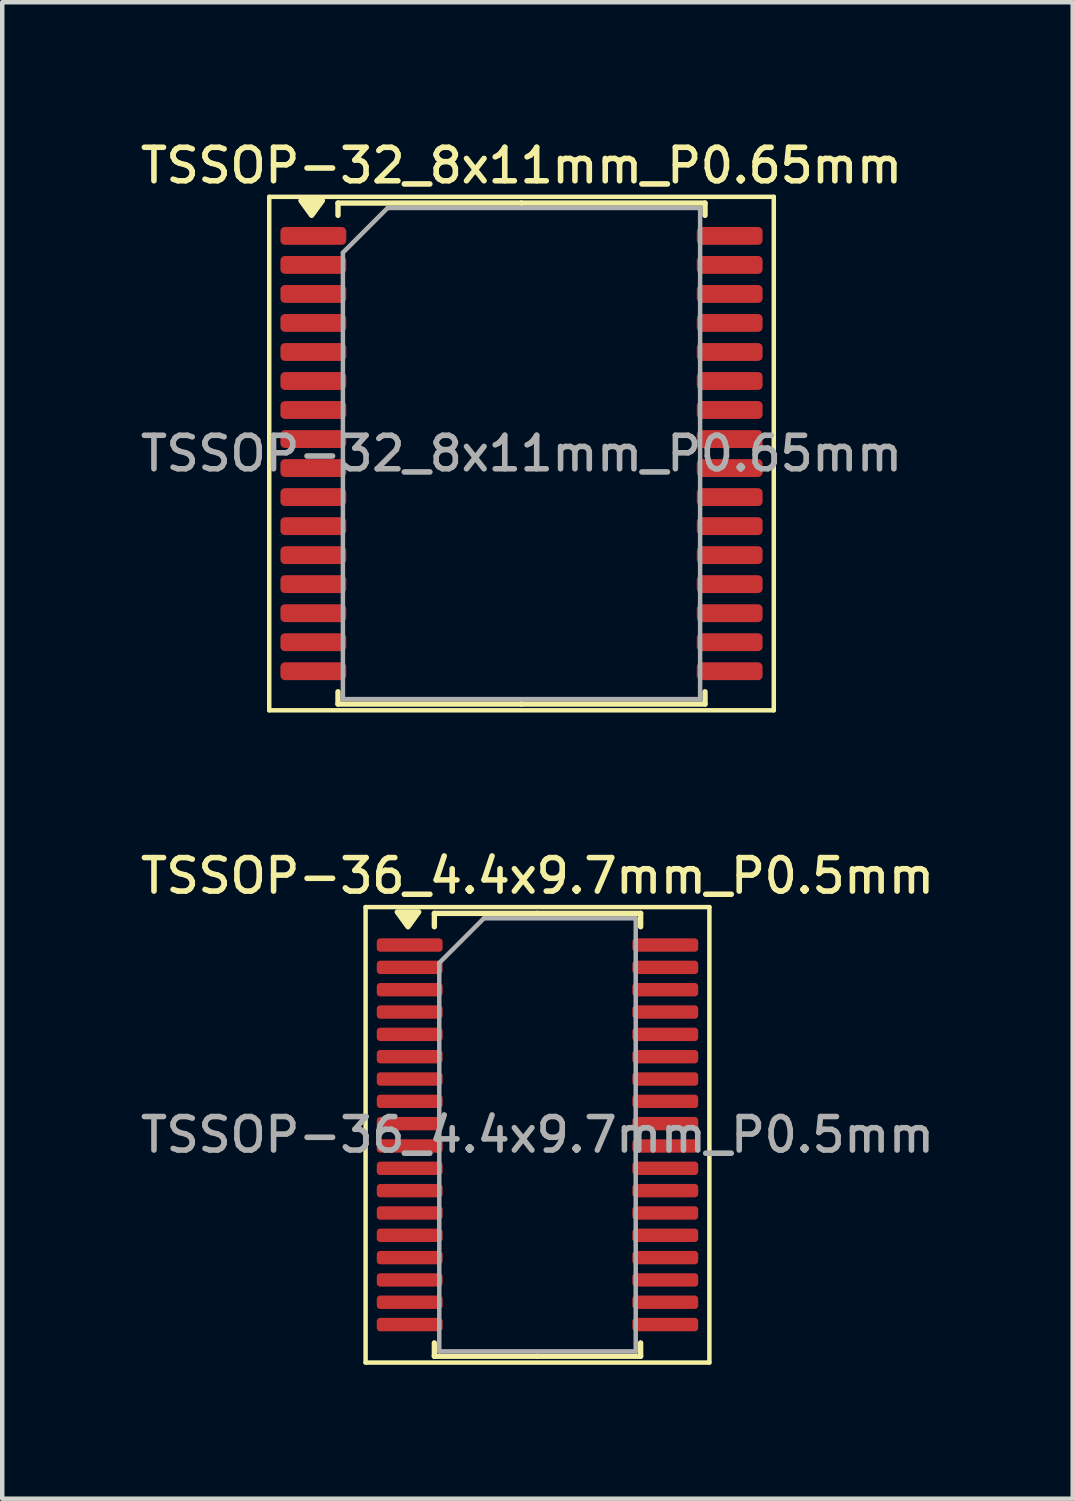
<source format=kicad_pcb>
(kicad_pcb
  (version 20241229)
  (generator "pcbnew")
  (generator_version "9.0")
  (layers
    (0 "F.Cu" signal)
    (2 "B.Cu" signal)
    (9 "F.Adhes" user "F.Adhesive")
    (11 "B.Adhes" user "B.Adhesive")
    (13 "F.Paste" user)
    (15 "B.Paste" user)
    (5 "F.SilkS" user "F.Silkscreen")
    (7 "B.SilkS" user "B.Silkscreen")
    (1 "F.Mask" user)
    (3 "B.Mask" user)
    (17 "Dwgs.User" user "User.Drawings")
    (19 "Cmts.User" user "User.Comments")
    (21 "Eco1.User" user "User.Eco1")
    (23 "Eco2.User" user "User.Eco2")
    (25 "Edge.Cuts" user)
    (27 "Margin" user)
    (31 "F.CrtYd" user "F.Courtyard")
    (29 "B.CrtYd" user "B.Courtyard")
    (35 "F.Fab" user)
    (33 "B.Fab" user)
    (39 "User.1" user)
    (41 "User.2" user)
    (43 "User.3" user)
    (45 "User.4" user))
  (footprint "TSSOP-32_8x11mm_P0.65mm"
    (layer "F.Cu")
    (at 8.63 7.108)
    (property "Reference" "TSSOP-32_8x11mm_P0.65mm" (at 0 -6.45 0) (layer "F.SilkS") (effects (font (size 0.75 0.75) (thickness 0.125))))
    (attr smd)
    (fp_line (start -5.65 -5.75) (end -5.65 5.75) (stroke (width 0.1) (type solid)) (layer "F.SilkS"))
    (fp_line (start -5.65 5.75) (end 5.65 5.75) (stroke (width 0.1) (type solid)) (layer "F.SilkS"))
    (fp_line (start -4.11 -5.61) (end -4.11 -5.335) (stroke (width 0.12) (type solid)) (layer "F.SilkS"))
    (fp_line (start -4.11 5.61) (end -4.11 5.335) (stroke (width 0.12) (type solid)) (layer "F.SilkS"))
    (fp_line (start 0 -5.61) (end -4.11 -5.61) (stroke (width 0.12) (type solid)) (layer "F.SilkS"))
    (fp_line (start 0 -5.61) (end 4.11 -5.61) (stroke (width 0.12) (type solid)) (layer "F.SilkS"))
    (fp_line (start 0 5.61) (end -4.11 5.61) (stroke (width 0.12) (type solid)) (layer "F.SilkS"))
    (fp_line (start 0 5.61) (end 4.11 5.61) (stroke (width 0.12) (type solid)) (layer "F.SilkS"))
    (fp_line (start 4.11 -5.61) (end 4.11 -5.335) (stroke (width 0.12) (type solid)) (layer "F.SilkS"))
    (fp_line (start 4.11 5.61) (end 4.11 5.335) (stroke (width 0.12) (type solid)) (layer "F.SilkS"))
    (fp_line (start 5.65 -5.75) (end -5.65 -5.75) (stroke (width 0.1) (type solid)) (layer "F.SilkS"))
    (fp_line (start 5.65 5.75) (end 5.65 -5.75) (stroke (width 0.1) (type solid)) (layer "F.SilkS"))
    (fp_poly (pts (xy -4.7 -5.335) (xy -4.94 -5.665) (xy -4.46 -5.665) (xy -4.7 -5.335)) (stroke (width 0.12) (type solid)) (fill yes) (layer "F.SilkS"))
    (fp_line (start -4 -4.5) (end -3 -5.5) (stroke (width 0.1) (type solid)) (layer "F.Fab"))
    (fp_line (start -4 5.5) (end -4 -4.5) (stroke (width 0.1) (type solid)) (layer "F.Fab"))
    (fp_line (start -3 -5.5) (end 4 -5.5) (stroke (width 0.1) (type solid)) (layer "F.Fab"))
    (fp_line (start 4 -5.5) (end 4 5.5) (stroke (width 0.1) (type solid)) (layer "F.Fab"))
    (fp_line (start 4 5.5) (end -4 5.5) (stroke (width 0.1) (type solid)) (layer "F.Fab"))
    (fp_text user "${REFERENCE}" (at 0 0 0) (layer "F.Fab") (effects (font (size 0.75 0.75) (thickness 0.125))))
    (pad "1" smd roundrect (at -4.662 -4.875) (size 1.475 0.4) (layers "F.Cu" "F.Mask" "F.Paste") (roundrect_rratio 0.25))
    (pad "2" smd roundrect (at -4.662 -4.225) (size 1.475 0.4) (layers "F.Cu" "F.Mask" "F.Paste") (roundrect_rratio 0.25))
    (pad "3" smd roundrect (at -4.662 -3.575) (size 1.475 0.4) (layers "F.Cu" "F.Mask" "F.Paste") (roundrect_rratio 0.25))
    (pad "4" smd roundrect (at -4.662 -2.925) (size 1.475 0.4) (layers "F.Cu" "F.Mask" "F.Paste") (roundrect_rratio 0.25))
    (pad "5" smd roundrect (at -4.662 -2.275) (size 1.475 0.4) (layers "F.Cu" "F.Mask" "F.Paste") (roundrect_rratio 0.25))
    (pad "6" smd roundrect (at -4.662 -1.625) (size 1.475 0.4) (layers "F.Cu" "F.Mask" "F.Paste") (roundrect_rratio 0.25))
    (pad "7" smd roundrect (at -4.662 -0.975) (size 1.475 0.4) (layers "F.Cu" "F.Mask" "F.Paste") (roundrect_rratio 0.25))
    (pad "8" smd roundrect (at -4.662 -0.325) (size 1.475 0.4) (layers "F.Cu" "F.Mask" "F.Paste") (roundrect_rratio 0.25))
    (pad "9" smd roundrect (at -4.662 0.325) (size 1.475 0.4) (layers "F.Cu" "F.Mask" "F.Paste") (roundrect_rratio 0.25))
    (pad "10" smd roundrect (at -4.662 0.975) (size 1.475 0.4) (layers "F.Cu" "F.Mask" "F.Paste") (roundrect_rratio 0.25))
    (pad "11" smd roundrect (at -4.662 1.625) (size 1.475 0.4) (layers "F.Cu" "F.Mask" "F.Paste") (roundrect_rratio 0.25))
    (pad "12" smd roundrect (at -4.662 2.275) (size 1.475 0.4) (layers "F.Cu" "F.Mask" "F.Paste") (roundrect_rratio 0.25))
    (pad "13" smd roundrect (at -4.662 2.925) (size 1.475 0.4) (layers "F.Cu" "F.Mask" "F.Paste") (roundrect_rratio 0.25))
    (pad "14" smd roundrect (at -4.662 3.575) (size 1.475 0.4) (layers "F.Cu" "F.Mask" "F.Paste") (roundrect_rratio 0.25))
    (pad "15" smd roundrect (at -4.662 4.225) (size 1.475 0.4) (layers "F.Cu" "F.Mask" "F.Paste") (roundrect_rratio 0.25))
    (pad "16" smd roundrect (at -4.662 4.875) (size 1.475 0.4) (layers "F.Cu" "F.Mask" "F.Paste") (roundrect_rratio 0.25))
    (pad "17" smd roundrect (at 4.662 4.875) (size 1.475 0.4) (layers "F.Cu" "F.Mask" "F.Paste") (roundrect_rratio 0.25))
    (pad "18" smd roundrect (at 4.662 4.225) (size 1.475 0.4) (layers "F.Cu" "F.Mask" "F.Paste") (roundrect_rratio 0.25))
    (pad "19" smd roundrect (at 4.662 3.575) (size 1.475 0.4) (layers "F.Cu" "F.Mask" "F.Paste") (roundrect_rratio 0.25))
    (pad "20" smd roundrect (at 4.662 2.925) (size 1.475 0.4) (layers "F.Cu" "F.Mask" "F.Paste") (roundrect_rratio 0.25))
    (pad "21" smd roundrect (at 4.662 2.275) (size 1.475 0.4) (layers "F.Cu" "F.Mask" "F.Paste") (roundrect_rratio 0.25))
    (pad "22" smd roundrect (at 4.662 1.625) (size 1.475 0.4) (layers "F.Cu" "F.Mask" "F.Paste") (roundrect_rratio 0.25))
    (pad "23" smd roundrect (at 4.662 0.975) (size 1.475 0.4) (layers "F.Cu" "F.Mask" "F.Paste") (roundrect_rratio 0.25))
    (pad "24" smd roundrect (at 4.662 0.325) (size 1.475 0.4) (layers "F.Cu" "F.Mask" "F.Paste") (roundrect_rratio 0.25))
    (pad "25" smd roundrect (at 4.662 -0.325) (size 1.475 0.4) (layers "F.Cu" "F.Mask" "F.Paste") (roundrect_rratio 0.25))
    (pad "26" smd roundrect (at 4.662 -0.975) (size 1.475 0.4) (layers "F.Cu" "F.Mask" "F.Paste") (roundrect_rratio 0.25))
    (pad "27" smd roundrect (at 4.662 -1.625) (size 1.475 0.4) (layers "F.Cu" "F.Mask" "F.Paste") (roundrect_rratio 0.25))
    (pad "28" smd roundrect (at 4.662 -2.275) (size 1.475 0.4) (layers "F.Cu" "F.Mask" "F.Paste") (roundrect_rratio 0.25))
    (pad "29" smd roundrect (at 4.662 -2.925) (size 1.475 0.4) (layers "F.Cu" "F.Mask" "F.Paste") (roundrect_rratio 0.25))
    (pad "30" smd roundrect (at 4.662 -3.575) (size 1.475 0.4) (layers "F.Cu" "F.Mask" "F.Paste") (roundrect_rratio 0.25))
    (pad "31" smd roundrect (at 4.662 -4.225) (size 1.475 0.4) (layers "F.Cu" "F.Mask" "F.Paste") (roundrect_rratio 0.25))
    (pad "32" smd roundrect (at 4.662 -4.875) (size 1.475 0.4) (layers "F.Cu" "F.Mask" "F.Paste") (roundrect_rratio 0.25)))
  (footprint "TSSOP-36_4.4x9.7mm_P0.5mm"
    (layer "F.Cu")
    (at 8.988 22.366)
    (property "Reference" "TSSOP-36_4.4x9.7mm_P0.5mm" (at 0 -5.8 0) (layer "F.SilkS") (effects (font (size 0.75 0.75) (thickness 0.125))))
    (attr smd)
    (fp_line (start -3.85 -5.1) (end -3.85 5.1) (stroke (width 0.1) (type solid)) (layer "F.SilkS"))
    (fp_line (start -3.85 5.1) (end 3.85 5.1) (stroke (width 0.1) (type solid)) (layer "F.SilkS"))
    (fp_line (start -2.31 -4.96) (end -2.31 -4.66) (stroke (width 0.12) (type solid)) (layer "F.SilkS"))
    (fp_line (start -2.31 4.96) (end -2.31 4.66) (stroke (width 0.12) (type solid)) (layer "F.SilkS"))
    (fp_line (start 0 -4.96) (end -2.31 -4.96) (stroke (width 0.12) (type solid)) (layer "F.SilkS"))
    (fp_line (start 0 -4.96) (end 2.31 -4.96) (stroke (width 0.12) (type solid)) (layer "F.SilkS"))
    (fp_line (start 0 4.96) (end -2.31 4.96) (stroke (width 0.12) (type solid)) (layer "F.SilkS"))
    (fp_line (start 0 4.96) (end 2.31 4.96) (stroke (width 0.12) (type solid)) (layer "F.SilkS"))
    (fp_line (start 2.31 -4.96) (end 2.31 -4.66) (stroke (width 0.12) (type solid)) (layer "F.SilkS"))
    (fp_line (start 2.31 4.96) (end 2.31 4.66) (stroke (width 0.12) (type solid)) (layer "F.SilkS"))
    (fp_line (start 3.85 -5.1) (end -3.85 -5.1) (stroke (width 0.1) (type solid)) (layer "F.SilkS"))
    (fp_line (start 3.85 5.1) (end 3.85 -5.1) (stroke (width 0.1) (type solid)) (layer "F.SilkS"))
    (fp_poly (pts (xy -2.9 -4.66) (xy -3.14 -4.99) (xy -2.66 -4.99) (xy -2.9 -4.66)) (stroke (width 0.12) (type solid)) (fill yes) (layer "F.SilkS"))
    (fp_line (start -2.2 -3.85) (end -1.2 -4.85) (stroke (width 0.1) (type solid)) (layer "F.Fab"))
    (fp_line (start -2.2 4.85) (end -2.2 -3.85) (stroke (width 0.1) (type solid)) (layer "F.Fab"))
    (fp_line (start -1.2 -4.85) (end 2.2 -4.85) (stroke (width 0.1) (type solid)) (layer "F.Fab"))
    (fp_line (start 2.2 -4.85) (end 2.2 4.85) (stroke (width 0.1) (type solid)) (layer "F.Fab"))
    (fp_line (start 2.2 4.85) (end -2.2 4.85) (stroke (width 0.1) (type solid)) (layer "F.Fab"))
    (fp_text user "${REFERENCE}" (at 0 0 0) (layer "F.Fab") (effects (font (size 0.75 0.75) (thickness 0.125))))
    (pad "1" smd roundrect (at -2.862 -4.25) (size 1.475 0.3) (layers "F.Cu" "F.Mask" "F.Paste") (roundrect_rratio 0.25))
    (pad "2" smd roundrect (at -2.862 -3.75) (size 1.475 0.3) (layers "F.Cu" "F.Mask" "F.Paste") (roundrect_rratio 0.25))
    (pad "3" smd roundrect (at -2.862 -3.25) (size 1.475 0.3) (layers "F.Cu" "F.Mask" "F.Paste") (roundrect_rratio 0.25))
    (pad "4" smd roundrect (at -2.862 -2.75) (size 1.475 0.3) (layers "F.Cu" "F.Mask" "F.Paste") (roundrect_rratio 0.25))
    (pad "5" smd roundrect (at -2.862 -2.25) (size 1.475 0.3) (layers "F.Cu" "F.Mask" "F.Paste") (roundrect_rratio 0.25))
    (pad "6" smd roundrect (at -2.862 -1.75) (size 1.475 0.3) (layers "F.Cu" "F.Mask" "F.Paste") (roundrect_rratio 0.25))
    (pad "7" smd roundrect (at -2.862 -1.25) (size 1.475 0.3) (layers "F.Cu" "F.Mask" "F.Paste") (roundrect_rratio 0.25))
    (pad "8" smd roundrect (at -2.862 -0.75) (size 1.475 0.3) (layers "F.Cu" "F.Mask" "F.Paste") (roundrect_rratio 0.25))
    (pad "9" smd roundrect (at -2.862 -0.25) (size 1.475 0.3) (layers "F.Cu" "F.Mask" "F.Paste") (roundrect_rratio 0.25))
    (pad "10" smd roundrect (at -2.862 0.25) (size 1.475 0.3) (layers "F.Cu" "F.Mask" "F.Paste") (roundrect_rratio 0.25))
    (pad "11" smd roundrect (at -2.862 0.75) (size 1.475 0.3) (layers "F.Cu" "F.Mask" "F.Paste") (roundrect_rratio 0.25))
    (pad "12" smd roundrect (at -2.862 1.25) (size 1.475 0.3) (layers "F.Cu" "F.Mask" "F.Paste") (roundrect_rratio 0.25))
    (pad "13" smd roundrect (at -2.862 1.75) (size 1.475 0.3) (layers "F.Cu" "F.Mask" "F.Paste") (roundrect_rratio 0.25))
    (pad "14" smd roundrect (at -2.862 2.25) (size 1.475 0.3) (layers "F.Cu" "F.Mask" "F.Paste") (roundrect_rratio 0.25))
    (pad "15" smd roundrect (at -2.862 2.75) (size 1.475 0.3) (layers "F.Cu" "F.Mask" "F.Paste") (roundrect_rratio 0.25))
    (pad "16" smd roundrect (at -2.862 3.25) (size 1.475 0.3) (layers "F.Cu" "F.Mask" "F.Paste") (roundrect_rratio 0.25))
    (pad "17" smd roundrect (at -2.862 3.75) (size 1.475 0.3) (layers "F.Cu" "F.Mask" "F.Paste") (roundrect_rratio 0.25))
    (pad "18" smd roundrect (at -2.862 4.25) (size 1.475 0.3) (layers "F.Cu" "F.Mask" "F.Paste") (roundrect_rratio 0.25))
    (pad "19" smd roundrect (at 2.862 4.25) (size 1.475 0.3) (layers "F.Cu" "F.Mask" "F.Paste") (roundrect_rratio 0.25))
    (pad "20" smd roundrect (at 2.862 3.75) (size 1.475 0.3) (layers "F.Cu" "F.Mask" "F.Paste") (roundrect_rratio 0.25))
    (pad "21" smd roundrect (at 2.862 3.25) (size 1.475 0.3) (layers "F.Cu" "F.Mask" "F.Paste") (roundrect_rratio 0.25))
    (pad "22" smd roundrect (at 2.862 2.75) (size 1.475 0.3) (layers "F.Cu" "F.Mask" "F.Paste") (roundrect_rratio 0.25))
    (pad "23" smd roundrect (at 2.862 2.25) (size 1.475 0.3) (layers "F.Cu" "F.Mask" "F.Paste") (roundrect_rratio 0.25))
    (pad "24" smd roundrect (at 2.862 1.75) (size 1.475 0.3) (layers "F.Cu" "F.Mask" "F.Paste") (roundrect_rratio 0.25))
    (pad "25" smd roundrect (at 2.862 1.25) (size 1.475 0.3) (layers "F.Cu" "F.Mask" "F.Paste") (roundrect_rratio 0.25))
    (pad "26" smd roundrect (at 2.862 0.75) (size 1.475 0.3) (layers "F.Cu" "F.Mask" "F.Paste") (roundrect_rratio 0.25))
    (pad "27" smd roundrect (at 2.862 0.25) (size 1.475 0.3) (layers "F.Cu" "F.Mask" "F.Paste") (roundrect_rratio 0.25))
    (pad "28" smd roundrect (at 2.862 -0.25) (size 1.475 0.3) (layers "F.Cu" "F.Mask" "F.Paste") (roundrect_rratio 0.25))
    (pad "29" smd roundrect (at 2.862 -0.75) (size 1.475 0.3) (layers "F.Cu" "F.Mask" "F.Paste") (roundrect_rratio 0.25))
    (pad "30" smd roundrect (at 2.862 -1.25) (size 1.475 0.3) (layers "F.Cu" "F.Mask" "F.Paste") (roundrect_rratio 0.25))
    (pad "31" smd roundrect (at 2.862 -1.75) (size 1.475 0.3) (layers "F.Cu" "F.Mask" "F.Paste") (roundrect_rratio 0.25))
    (pad "32" smd roundrect (at 2.862 -2.25) (size 1.475 0.3) (layers "F.Cu" "F.Mask" "F.Paste") (roundrect_rratio 0.25))
    (pad "33" smd roundrect (at 2.862 -2.75) (size 1.475 0.3) (layers "F.Cu" "F.Mask" "F.Paste") (roundrect_rratio 0.25))
    (pad "34" smd roundrect (at 2.862 -3.25) (size 1.475 0.3) (layers "F.Cu" "F.Mask" "F.Paste") (roundrect_rratio 0.25))
    (pad "35" smd roundrect (at 2.862 -3.75) (size 1.475 0.3) (layers "F.Cu" "F.Mask" "F.Paste") (roundrect_rratio 0.25))
    (pad "36" smd roundrect (at 2.862 -4.25) (size 1.475 0.3) (layers "F.Cu" "F.Mask" "F.Paste") (roundrect_rratio 0.25)))
  (gr_rect
    (start -3 -3)
    (end 20.975 30.516)
    (stroke (width 0.1) (type default))
    (fill no)
    (layer "Edge.Cuts")))
</source>
